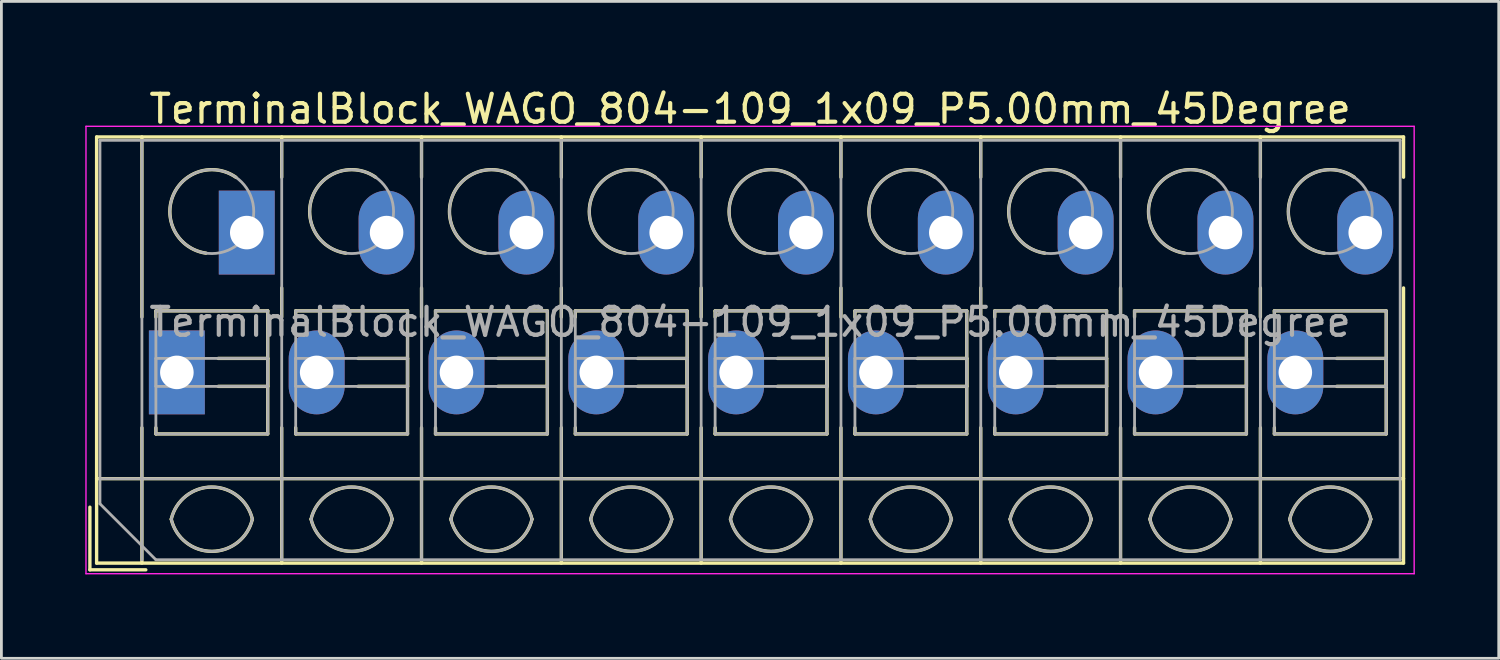
<source format=kicad_pcb>
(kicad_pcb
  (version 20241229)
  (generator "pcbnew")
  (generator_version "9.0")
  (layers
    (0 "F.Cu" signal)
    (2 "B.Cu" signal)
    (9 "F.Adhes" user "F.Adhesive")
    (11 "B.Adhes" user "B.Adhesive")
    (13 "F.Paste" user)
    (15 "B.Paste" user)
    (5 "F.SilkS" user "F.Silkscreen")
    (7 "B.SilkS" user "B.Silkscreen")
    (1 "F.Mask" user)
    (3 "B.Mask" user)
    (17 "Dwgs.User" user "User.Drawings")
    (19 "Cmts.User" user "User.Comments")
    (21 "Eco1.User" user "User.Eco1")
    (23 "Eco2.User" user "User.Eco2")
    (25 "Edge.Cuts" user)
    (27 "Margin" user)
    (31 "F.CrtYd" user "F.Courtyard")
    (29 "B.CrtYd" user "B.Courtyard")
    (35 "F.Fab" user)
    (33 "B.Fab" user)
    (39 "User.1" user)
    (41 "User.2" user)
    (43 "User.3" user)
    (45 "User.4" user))
  (footprint "TerminalBlock_WAGO_804-109_1x09_P5.00mm_45Degree"
    (layer "F.Cu")
    (at 3.275 10.268)
    (property "Reference" "TerminalBlock_WAGO_804-109_1x09_P5.00mm_45Degree" (at 20.5 -9.42 0) (layer "F.SilkS") (effects (font (size 1 1) (thickness 0.15))))
    (attr through_hole)
    (fp_line (start -3.11 4.82) (end -3.11 7.06) (stroke (width 0.12) (type solid)) (layer "F.SilkS"))
    (fp_line (start -3.11 7.06) (end -1.11 7.06) (stroke (width 0.12) (type solid)) (layer "F.SilkS"))
    (fp_line (start -2.87 -8.42) (end -2.87 6.82) (stroke (width 0.12) (type solid)) (layer "F.SilkS"))
    (fp_line (start -2.87 -8.42) (end 43.87 -8.42) (stroke (width 0.12) (type solid)) (layer "F.SilkS"))
    (fp_line (start -2.87 3.8) (end 43.87 3.8) (stroke (width 0.12) (type solid)) (layer "F.SilkS"))
    (fp_line (start -2.87 6.82) (end 43.87 6.82) (stroke (width 0.12) (type solid)) (layer "F.SilkS"))
    (fp_line (start -1.25 -8.42) (end -1.25 -1.98) (stroke (width 0.12) (type solid)) (layer "F.SilkS"))
    (fp_line (start -1.25 1.98) (end -1.25 6.82) (stroke (width 0.12) (type solid)) (layer "F.SilkS"))
    (fp_line (start -0.75 -2.2) (end -0.75 -1.98) (stroke (width 0.12) (type solid)) (layer "F.SilkS"))
    (fp_line (start -0.75 -2.2) (end 3.25 -2.2) (stroke (width 0.12) (type solid)) (layer "F.SilkS"))
    (fp_line (start -0.75 1.98) (end -0.75 2.2) (stroke (width 0.12) (type solid)) (layer "F.SilkS"))
    (fp_line (start -0.75 2.2) (end 3.25 2.2) (stroke (width 0.12) (type solid)) (layer "F.SilkS"))
    (fp_line (start 1.48 -0.5) (end 3.25 -0.5) (stroke (width 0.12) (type solid)) (layer "F.SilkS"))
    (fp_line (start 1.48 0.5) (end 3.25 0.5) (stroke (width 0.12) (type solid)) (layer "F.SilkS"))
    (fp_line (start 3.25 -2.2) (end 3.25 2.2) (stroke (width 0.12) (type solid)) (layer "F.SilkS"))
    (fp_line (start 3.25 -0.5) (end 3.25 0.5) (stroke (width 0.12) (type solid)) (layer "F.SilkS"))
    (fp_line (start 3.75 -8.42) (end 3.75 -6.98) (stroke (width 0.12) (type solid)) (layer "F.SilkS"))
    (fp_line (start 3.75 -3.02) (end 3.75 -1.98) (stroke (width 0.12) (type solid)) (layer "F.SilkS"))
    (fp_line (start 3.75 1.98) (end 3.75 6.82) (stroke (width 0.12) (type solid)) (layer "F.SilkS"))
    (fp_line (start 4.25 -2.2) (end 4.25 -1.98) (stroke (width 0.12) (type solid)) (layer "F.SilkS"))
    (fp_line (start 4.25 -2.2) (end 8.25 -2.2) (stroke (width 0.12) (type solid)) (layer "F.SilkS"))
    (fp_line (start 4.25 1.98) (end 4.25 2.2) (stroke (width 0.12) (type solid)) (layer "F.SilkS"))
    (fp_line (start 4.25 2.2) (end 8.25 2.2) (stroke (width 0.12) (type solid)) (layer "F.SilkS"))
    (fp_line (start 6.48 -0.5) (end 8.25 -0.5) (stroke (width 0.12) (type solid)) (layer "F.SilkS"))
    (fp_line (start 6.48 0.5) (end 8.25 0.5) (stroke (width 0.12) (type solid)) (layer "F.SilkS"))
    (fp_line (start 8.25 -2.2) (end 8.25 2.2) (stroke (width 0.12) (type solid)) (layer "F.SilkS"))
    (fp_line (start 8.25 -0.5) (end 8.25 0.5) (stroke (width 0.12) (type solid)) (layer "F.SilkS"))
    (fp_line (start 8.75 -8.42) (end 8.75 -6.98) (stroke (width 0.12) (type solid)) (layer "F.SilkS"))
    (fp_line (start 8.75 -3.02) (end 8.75 -1.98) (stroke (width 0.12) (type solid)) (layer "F.SilkS"))
    (fp_line (start 8.75 1.98) (end 8.75 6.82) (stroke (width 0.12) (type solid)) (layer "F.SilkS"))
    (fp_line (start 9.25 -2.2) (end 9.25 -1.98) (stroke (width 0.12) (type solid)) (layer "F.SilkS"))
    (fp_line (start 9.25 -2.2) (end 13.25 -2.2) (stroke (width 0.12) (type solid)) (layer "F.SilkS"))
    (fp_line (start 9.25 1.98) (end 9.25 2.2) (stroke (width 0.12) (type solid)) (layer "F.SilkS"))
    (fp_line (start 9.25 2.2) (end 13.25 2.2) (stroke (width 0.12) (type solid)) (layer "F.SilkS"))
    (fp_line (start 11.48 -0.5) (end 13.25 -0.5) (stroke (width 0.12) (type solid)) (layer "F.SilkS"))
    (fp_line (start 11.48 0.5) (end 13.25 0.5) (stroke (width 0.12) (type solid)) (layer "F.SilkS"))
    (fp_line (start 13.25 -2.2) (end 13.25 2.2) (stroke (width 0.12) (type solid)) (layer "F.SilkS"))
    (fp_line (start 13.25 -0.5) (end 13.25 0.5) (stroke (width 0.12) (type solid)) (layer "F.SilkS"))
    (fp_line (start 13.75 -8.42) (end 13.75 -6.98) (stroke (width 0.12) (type solid)) (layer "F.SilkS"))
    (fp_line (start 13.75 -3.02) (end 13.75 -1.98) (stroke (width 0.12) (type solid)) (layer "F.SilkS"))
    (fp_line (start 13.75 1.98) (end 13.75 6.82) (stroke (width 0.12) (type solid)) (layer "F.SilkS"))
    (fp_line (start 14.25 -2.2) (end 14.25 -1.98) (stroke (width 0.12) (type solid)) (layer "F.SilkS"))
    (fp_line (start 14.25 -2.2) (end 18.25 -2.2) (stroke (width 0.12) (type solid)) (layer "F.SilkS"))
    (fp_line (start 14.25 1.98) (end 14.25 2.2) (stroke (width 0.12) (type solid)) (layer "F.SilkS"))
    (fp_line (start 14.25 2.2) (end 18.25 2.2) (stroke (width 0.12) (type solid)) (layer "F.SilkS"))
    (fp_line (start 16.48 -0.5) (end 18.25 -0.5) (stroke (width 0.12) (type solid)) (layer "F.SilkS"))
    (fp_line (start 16.48 0.5) (end 18.25 0.5) (stroke (width 0.12) (type solid)) (layer "F.SilkS"))
    (fp_line (start 18.25 -2.2) (end 18.25 2.2) (stroke (width 0.12) (type solid)) (layer "F.SilkS"))
    (fp_line (start 18.25 -0.5) (end 18.25 0.5) (stroke (width 0.12) (type solid)) (layer "F.SilkS"))
    (fp_line (start 18.75 -8.42) (end 18.75 -6.98) (stroke (width 0.12) (type solid)) (layer "F.SilkS"))
    (fp_line (start 18.75 -3.02) (end 18.75 -1.98) (stroke (width 0.12) (type solid)) (layer "F.SilkS"))
    (fp_line (start 18.75 1.98) (end 18.75 6.82) (stroke (width 0.12) (type solid)) (layer "F.SilkS"))
    (fp_line (start 19.25 -2.2) (end 19.25 -1.98) (stroke (width 0.12) (type solid)) (layer "F.SilkS"))
    (fp_line (start 19.25 -2.2) (end 23.25 -2.2) (stroke (width 0.12) (type solid)) (layer "F.SilkS"))
    (fp_line (start 19.25 1.98) (end 19.25 2.2) (stroke (width 0.12) (type solid)) (layer "F.SilkS"))
    (fp_line (start 19.25 2.2) (end 23.25 2.2) (stroke (width 0.12) (type solid)) (layer "F.SilkS"))
    (fp_line (start 21.48 -0.5) (end 23.25 -0.5) (stroke (width 0.12) (type solid)) (layer "F.SilkS"))
    (fp_line (start 21.48 0.5) (end 23.25 0.5) (stroke (width 0.12) (type solid)) (layer "F.SilkS"))
    (fp_line (start 23.25 -2.2) (end 23.25 2.2) (stroke (width 0.12) (type solid)) (layer "F.SilkS"))
    (fp_line (start 23.25 -0.5) (end 23.25 0.5) (stroke (width 0.12) (type solid)) (layer "F.SilkS"))
    (fp_line (start 23.75 -8.42) (end 23.75 -6.98) (stroke (width 0.12) (type solid)) (layer "F.SilkS"))
    (fp_line (start 23.75 -3.02) (end 23.75 -1.98) (stroke (width 0.12) (type solid)) (layer "F.SilkS"))
    (fp_line (start 23.75 1.98) (end 23.75 6.82) (stroke (width 0.12) (type solid)) (layer "F.SilkS"))
    (fp_line (start 24.25 -2.2) (end 24.25 -1.98) (stroke (width 0.12) (type solid)) (layer "F.SilkS"))
    (fp_line (start 24.25 -2.2) (end 28.25 -2.2) (stroke (width 0.12) (type solid)) (layer "F.SilkS"))
    (fp_line (start 24.25 1.98) (end 24.25 2.2) (stroke (width 0.12) (type solid)) (layer "F.SilkS"))
    (fp_line (start 24.25 2.2) (end 28.25 2.2) (stroke (width 0.12) (type solid)) (layer "F.SilkS"))
    (fp_line (start 26.48 -0.5) (end 28.25 -0.5) (stroke (width 0.12) (type solid)) (layer "F.SilkS"))
    (fp_line (start 26.48 0.5) (end 28.25 0.5) (stroke (width 0.12) (type solid)) (layer "F.SilkS"))
    (fp_line (start 28.25 -2.2) (end 28.25 2.2) (stroke (width 0.12) (type solid)) (layer "F.SilkS"))
    (fp_line (start 28.25 -0.5) (end 28.25 0.5) (stroke (width 0.12) (type solid)) (layer "F.SilkS"))
    (fp_line (start 28.75 -8.42) (end 28.75 -6.98) (stroke (width 0.12) (type solid)) (layer "F.SilkS"))
    (fp_line (start 28.75 -3.02) (end 28.75 -1.98) (stroke (width 0.12) (type solid)) (layer "F.SilkS"))
    (fp_line (start 28.75 1.98) (end 28.75 6.82) (stroke (width 0.12) (type solid)) (layer "F.SilkS"))
    (fp_line (start 29.25 -2.2) (end 29.25 -1.98) (stroke (width 0.12) (type solid)) (layer "F.SilkS"))
    (fp_line (start 29.25 -2.2) (end 33.25 -2.2) (stroke (width 0.12) (type solid)) (layer "F.SilkS"))
    (fp_line (start 29.25 1.98) (end 29.25 2.2) (stroke (width 0.12) (type solid)) (layer "F.SilkS"))
    (fp_line (start 29.25 2.2) (end 33.25 2.2) (stroke (width 0.12) (type solid)) (layer "F.SilkS"))
    (fp_line (start 31.48 -0.5) (end 33.25 -0.5) (stroke (width 0.12) (type solid)) (layer "F.SilkS"))
    (fp_line (start 31.48 0.5) (end 33.25 0.5) (stroke (width 0.12) (type solid)) (layer "F.SilkS"))
    (fp_line (start 33.25 -2.2) (end 33.25 2.2) (stroke (width 0.12) (type solid)) (layer "F.SilkS"))
    (fp_line (start 33.25 -0.5) (end 33.25 0.5) (stroke (width 0.12) (type solid)) (layer "F.SilkS"))
    (fp_line (start 33.75 -8.42) (end 33.75 -6.98) (stroke (width 0.12) (type solid)) (layer "F.SilkS"))
    (fp_line (start 33.75 -3.02) (end 33.75 -1.98) (stroke (width 0.12) (type solid)) (layer "F.SilkS"))
    (fp_line (start 33.75 1.98) (end 33.75 6.82) (stroke (width 0.12) (type solid)) (layer "F.SilkS"))
    (fp_line (start 34.25 -2.2) (end 34.25 -1.98) (stroke (width 0.12) (type solid)) (layer "F.SilkS"))
    (fp_line (start 34.25 -2.2) (end 38.25 -2.2) (stroke (width 0.12) (type solid)) (layer "F.SilkS"))
    (fp_line (start 34.25 1.98) (end 34.25 2.2) (stroke (width 0.12) (type solid)) (layer "F.SilkS"))
    (fp_line (start 34.25 2.2) (end 38.25 2.2) (stroke (width 0.12) (type solid)) (layer "F.SilkS"))
    (fp_line (start 36.48 -0.5) (end 38.25 -0.5) (stroke (width 0.12) (type solid)) (layer "F.SilkS"))
    (fp_line (start 36.48 0.5) (end 38.25 0.5) (stroke (width 0.12) (type solid)) (layer "F.SilkS"))
    (fp_line (start 38.25 -2.2) (end 38.25 2.2) (stroke (width 0.12) (type solid)) (layer "F.SilkS"))
    (fp_line (start 38.25 -0.5) (end 38.25 0.5) (stroke (width 0.12) (type solid)) (layer "F.SilkS"))
    (fp_line (start 38.75 -8.42) (end 38.75 -6.98) (stroke (width 0.12) (type solid)) (layer "F.SilkS"))
    (fp_line (start 38.75 -3.02) (end 38.75 -1.98) (stroke (width 0.12) (type solid)) (layer "F.SilkS"))
    (fp_line (start 38.75 1.98) (end 38.75 6.82) (stroke (width 0.12) (type solid)) (layer "F.SilkS"))
    (fp_line (start 39.25 -2.2) (end 39.25 -1.98) (stroke (width 0.12) (type solid)) (layer "F.SilkS"))
    (fp_line (start 39.25 -2.2) (end 43.25 -2.2) (stroke (width 0.12) (type solid)) (layer "F.SilkS"))
    (fp_line (start 39.25 1.98) (end 39.25 2.2) (stroke (width 0.12) (type solid)) (layer "F.SilkS"))
    (fp_line (start 39.25 2.2) (end 43.25 2.2) (stroke (width 0.12) (type solid)) (layer "F.SilkS"))
    (fp_line (start 41.48 -0.5) (end 43.25 -0.5) (stroke (width 0.12) (type solid)) (layer "F.SilkS"))
    (fp_line (start 41.48 0.5) (end 43.25 0.5) (stroke (width 0.12) (type solid)) (layer "F.SilkS"))
    (fp_line (start 43.25 -2.2) (end 43.25 2.2) (stroke (width 0.12) (type solid)) (layer "F.SilkS"))
    (fp_line (start 43.25 -0.5) (end 43.25 0.5) (stroke (width 0.12) (type solid)) (layer "F.SilkS"))
    (fp_line (start 43.87 -8.42) (end 43.87 -6.98) (stroke (width 0.12) (type solid)) (layer "F.SilkS"))
    (fp_line (start 43.87 -3.02) (end 43.87 6.82) (stroke (width 0.12) (type solid)) (layer "F.SilkS"))
    (fp_arc (start -0.200865 5.250424) (mid 1.250296 4.099926) (end 2.701 5.251) (stroke (width 0.12) (type solid)) (layer "F.SilkS"))
    (fp_arc (start 1.040798 -4.264067) (mid -0.146039 -6.300306) (end 2.111 -6.979) (stroke (width 0.12) (type solid)) (layer "F.SilkS"))
    (fp_arc (start 2.7 5.25) (mid 1.250068 6.400101) (end -0.199969 5.250133) (stroke (width 0.12) (type solid)) (layer "F.SilkS"))
    (fp_arc (start 4.799135 5.250424) (mid 6.250296 4.099926) (end 7.701 5.251) (stroke (width 0.12) (type solid)) (layer "F.SilkS"))
    (fp_arc (start 6.040798 -4.264067) (mid 4.853961 -6.300306) (end 7.111 -6.979) (stroke (width 0.12) (type solid)) (layer "F.SilkS"))
    (fp_arc (start 7.7 5.25) (mid 6.250068 6.400101) (end 4.800031 5.250133) (stroke (width 0.12) (type solid)) (layer "F.SilkS"))
    (fp_arc (start 9.799135 5.250424) (mid 11.250296 4.099926) (end 12.701 5.251) (stroke (width 0.12) (type solid)) (layer "F.SilkS"))
    (fp_arc (start 11.040798 -4.264067) (mid 9.853961 -6.300306) (end 12.111 -6.979) (stroke (width 0.12) (type solid)) (layer "F.SilkS"))
    (fp_arc (start 12.7 5.25) (mid 11.250068 6.400101) (end 9.800031 5.250133) (stroke (width 0.12) (type solid)) (layer "F.SilkS"))
    (fp_arc (start 14.799135 5.250424) (mid 16.250296 4.099926) (end 17.701 5.251) (stroke (width 0.12) (type solid)) (layer "F.SilkS"))
    (fp_arc (start 16.040798 -4.264067) (mid 14.853961 -6.300306) (end 17.111 -6.979) (stroke (width 0.12) (type solid)) (layer "F.SilkS"))
    (fp_arc (start 17.7 5.25) (mid 16.250068 6.400101) (end 14.800031 5.250133) (stroke (width 0.12) (type solid)) (layer "F.SilkS"))
    (fp_arc (start 19.799135 5.250424) (mid 21.250296 4.099926) (end 22.701 5.251) (stroke (width 0.12) (type solid)) (layer "F.SilkS"))
    (fp_arc (start 21.040798 -4.264067) (mid 19.853961 -6.300306) (end 22.111 -6.979) (stroke (width 0.12) (type solid)) (layer "F.SilkS"))
    (fp_arc (start 22.7 5.25) (mid 21.250068 6.400101) (end 19.800031 5.250133) (stroke (width 0.12) (type solid)) (layer "F.SilkS"))
    (fp_arc (start 24.799135 5.250424) (mid 26.250296 4.099926) (end 27.701 5.251) (stroke (width 0.12) (type solid)) (layer "F.SilkS"))
    (fp_arc (start 26.040798 -4.264067) (mid 24.853961 -6.300306) (end 27.111 -6.979) (stroke (width 0.12) (type solid)) (layer "F.SilkS"))
    (fp_arc (start 27.7 5.25) (mid 26.250068 6.400101) (end 24.800031 5.250133) (stroke (width 0.12) (type solid)) (layer "F.SilkS"))
    (fp_arc (start 29.799135 5.250424) (mid 31.250296 4.099926) (end 32.701 5.251) (stroke (width 0.12) (type solid)) (layer "F.SilkS"))
    (fp_arc (start 31.040798 -4.264067) (mid 29.853961 -6.300306) (end 32.111 -6.979) (stroke (width 0.12) (type solid)) (layer "F.SilkS"))
    (fp_arc (start 32.701 5.25) (mid 31.250296 6.401074) (end 29.799135 5.250576) (stroke (width 0.12) (type solid)) (layer "F.SilkS"))
    (fp_arc (start 34.799135 5.250424) (mid 36.250296 4.099926) (end 37.701 5.251) (stroke (width 0.12) (type solid)) (layer "F.SilkS"))
    (fp_arc (start 36.040798 -4.264067) (mid 34.853961 -6.300306) (end 37.111 -6.979) (stroke (width 0.12) (type solid)) (layer "F.SilkS"))
    (fp_arc (start 37.7 5.25) (mid 36.250068 6.400101) (end 34.800031 5.250133) (stroke (width 0.12) (type solid)) (layer "F.SilkS"))
    (fp_arc (start 39.799135 5.250424) (mid 41.250296 4.099926) (end 42.701 5.251) (stroke (width 0.12) (type solid)) (layer "F.SilkS"))
    (fp_arc (start 41.040798 -4.264067) (mid 39.853961 -6.300306) (end 42.111 -6.979) (stroke (width 0.12) (type solid)) (layer "F.SilkS"))
    (fp_arc (start 42.7 5.25) (mid 41.250068 6.400101) (end 39.800031 5.250133) (stroke (width 0.12) (type solid)) (layer "F.SilkS"))
    (fp_line (start -3.25 -8.8) (end -3.25 7.2) (stroke (width 0.05) (type solid)) (layer "F.CrtYd"))
    (fp_line (start -3.25 7.2) (end 44.25 7.2) (stroke (width 0.05) (type solid)) (layer "F.CrtYd"))
    (fp_line (start 44.25 -8.8) (end -3.25 -8.8) (stroke (width 0.05) (type solid)) (layer "F.CrtYd"))
    (fp_line (start 44.25 7.2) (end 44.25 -8.8) (stroke (width 0.05) (type solid)) (layer "F.CrtYd"))
    (fp_line (start -2.75 -8.3) (end 43.75 -8.3) (stroke (width 0.1) (type solid)) (layer "F.Fab"))
    (fp_line (start -2.75 3.8) (end 43.75 3.8) (stroke (width 0.1) (type solid)) (layer "F.Fab"))
    (fp_line (start -2.75 4.7) (end -2.75 -8.3) (stroke (width 0.1) (type solid)) (layer "F.Fab"))
    (fp_line (start -1.25 -8.3) (end -1.25 6.7) (stroke (width 0.1) (type solid)) (layer "F.Fab"))
    (fp_line (start -0.75 -2.2) (end -0.75 2.2) (stroke (width 0.1) (type solid)) (layer "F.Fab"))
    (fp_line (start -0.75 -0.5) (end -0.75 0.5) (stroke (width 0.1) (type solid)) (layer "F.Fab"))
    (fp_line (start -0.75 0.5) (end 3.25 0.5) (stroke (width 0.1) (type solid)) (layer "F.Fab"))
    (fp_line (start -0.75 2.2) (end 3.25 2.2) (stroke (width 0.1) (type solid)) (layer "F.Fab"))
    (fp_line (start -0.75 6.7) (end -2.75 4.7) (stroke (width 0.1) (type solid)) (layer "F.Fab"))
    (fp_line (start 3.25 -2.2) (end -0.75 -2.2) (stroke (width 0.1) (type solid)) (layer "F.Fab"))
    (fp_line (start 3.25 -0.5) (end -0.75 -0.5) (stroke (width 0.1) (type solid)) (layer "F.Fab"))
    (fp_line (start 3.25 0.5) (end 3.25 -0.5) (stroke (width 0.1) (type solid)) (layer "F.Fab"))
    (fp_line (start 3.25 2.2) (end 3.25 -2.2) (stroke (width 0.1) (type solid)) (layer "F.Fab"))
    (fp_line (start 3.75 -8.3) (end 3.75 6.7) (stroke (width 0.1) (type solid)) (layer "F.Fab"))
    (fp_line (start 4.25 -2.2) (end 4.25 2.2) (stroke (width 0.1) (type solid)) (layer "F.Fab"))
    (fp_line (start 4.25 -0.5) (end 4.25 0.5) (stroke (width 0.1) (type solid)) (layer "F.Fab"))
    (fp_line (start 4.25 0.5) (end 8.25 0.5) (stroke (width 0.1) (type solid)) (layer "F.Fab"))
    (fp_line (start 4.25 2.2) (end 8.25 2.2) (stroke (width 0.1) (type solid)) (layer "F.Fab"))
    (fp_line (start 8.25 -2.2) (end 4.25 -2.2) (stroke (width 0.1) (type solid)) (layer "F.Fab"))
    (fp_line (start 8.25 -0.5) (end 4.25 -0.5) (stroke (width 0.1) (type solid)) (layer "F.Fab"))
    (fp_line (start 8.25 0.5) (end 8.25 -0.5) (stroke (width 0.1) (type solid)) (layer "F.Fab"))
    (fp_line (start 8.25 2.2) (end 8.25 -2.2) (stroke (width 0.1) (type solid)) (layer "F.Fab"))
    (fp_line (start 8.75 -8.3) (end 8.75 6.7) (stroke (width 0.1) (type solid)) (layer "F.Fab"))
    (fp_line (start 9.25 -2.2) (end 9.25 2.2) (stroke (width 0.1) (type solid)) (layer "F.Fab"))
    (fp_line (start 9.25 -0.5) (end 9.25 0.5) (stroke (width 0.1) (type solid)) (layer "F.Fab"))
    (fp_line (start 9.25 0.5) (end 13.25 0.5) (stroke (width 0.1) (type solid)) (layer "F.Fab"))
    (fp_line (start 9.25 2.2) (end 13.25 2.2) (stroke (width 0.1) (type solid)) (layer "F.Fab"))
    (fp_line (start 13.25 -2.2) (end 9.25 -2.2) (stroke (width 0.1) (type solid)) (layer "F.Fab"))
    (fp_line (start 13.25 -0.5) (end 9.25 -0.5) (stroke (width 0.1) (type solid)) (layer "F.Fab"))
    (fp_line (start 13.25 0.5) (end 13.25 -0.5) (stroke (width 0.1) (type solid)) (layer "F.Fab"))
    (fp_line (start 13.25 2.2) (end 13.25 -2.2) (stroke (width 0.1) (type solid)) (layer "F.Fab"))
    (fp_line (start 13.75 -8.3) (end 13.75 6.7) (stroke (width 0.1) (type solid)) (layer "F.Fab"))
    (fp_line (start 14.25 -2.2) (end 14.25 2.2) (stroke (width 0.1) (type solid)) (layer "F.Fab"))
    (fp_line (start 14.25 -0.5) (end 14.25 0.5) (stroke (width 0.1) (type solid)) (layer "F.Fab"))
    (fp_line (start 14.25 0.5) (end 18.25 0.5) (stroke (width 0.1) (type solid)) (layer "F.Fab"))
    (fp_line (start 14.25 2.2) (end 18.25 2.2) (stroke (width 0.1) (type solid)) (layer "F.Fab"))
    (fp_line (start 18.25 -2.2) (end 14.25 -2.2) (stroke (width 0.1) (type solid)) (layer "F.Fab"))
    (fp_line (start 18.25 -0.5) (end 14.25 -0.5) (stroke (width 0.1) (type solid)) (layer "F.Fab"))
    (fp_line (start 18.25 0.5) (end 18.25 -0.5) (stroke (width 0.1) (type solid)) (layer "F.Fab"))
    (fp_line (start 18.25 2.2) (end 18.25 -2.2) (stroke (width 0.1) (type solid)) (layer "F.Fab"))
    (fp_line (start 18.75 -8.3) (end 18.75 6.7) (stroke (width 0.1) (type solid)) (layer "F.Fab"))
    (fp_line (start 19.25 -2.2) (end 19.25 2.2) (stroke (width 0.1) (type solid)) (layer "F.Fab"))
    (fp_line (start 19.25 -0.5) (end 19.25 0.5) (stroke (width 0.1) (type solid)) (layer "F.Fab"))
    (fp_line (start 19.25 0.5) (end 23.25 0.5) (stroke (width 0.1) (type solid)) (layer "F.Fab"))
    (fp_line (start 19.25 2.2) (end 23.25 2.2) (stroke (width 0.1) (type solid)) (layer "F.Fab"))
    (fp_line (start 23.25 -2.2) (end 19.25 -2.2) (stroke (width 0.1) (type solid)) (layer "F.Fab"))
    (fp_line (start 23.25 -0.5) (end 19.25 -0.5) (stroke (width 0.1) (type solid)) (layer "F.Fab"))
    (fp_line (start 23.25 0.5) (end 23.25 -0.5) (stroke (width 0.1) (type solid)) (layer "F.Fab"))
    (fp_line (start 23.25 2.2) (end 23.25 -2.2) (stroke (width 0.1) (type solid)) (layer "F.Fab"))
    (fp_line (start 23.75 -8.3) (end 23.75 6.7) (stroke (width 0.1) (type solid)) (layer "F.Fab"))
    (fp_line (start 24.25 -2.2) (end 24.25 2.2) (stroke (width 0.1) (type solid)) (layer "F.Fab"))
    (fp_line (start 24.25 -0.5) (end 24.25 0.5) (stroke (width 0.1) (type solid)) (layer "F.Fab"))
    (fp_line (start 24.25 0.5) (end 28.25 0.5) (stroke (width 0.1) (type solid)) (layer "F.Fab"))
    (fp_line (start 24.25 2.2) (end 28.25 2.2) (stroke (width 0.1) (type solid)) (layer "F.Fab"))
    (fp_line (start 28.25 -2.2) (end 24.25 -2.2) (stroke (width 0.1) (type solid)) (layer "F.Fab"))
    (fp_line (start 28.25 -0.5) (end 24.25 -0.5) (stroke (width 0.1) (type solid)) (layer "F.Fab"))
    (fp_line (start 28.25 0.5) (end 28.25 -0.5) (stroke (width 0.1) (type solid)) (layer "F.Fab"))
    (fp_line (start 28.25 2.2) (end 28.25 -2.2) (stroke (width 0.1) (type solid)) (layer "F.Fab"))
    (fp_line (start 28.75 -8.3) (end 28.75 6.7) (stroke (width 0.1) (type solid)) (layer "F.Fab"))
    (fp_line (start 29.25 -2.2) (end 29.25 2.2) (stroke (width 0.1) (type solid)) (layer "F.Fab"))
    (fp_line (start 29.25 -0.5) (end 29.25 0.5) (stroke (width 0.1) (type solid)) (layer "F.Fab"))
    (fp_line (start 29.25 0.5) (end 33.25 0.5) (stroke (width 0.1) (type solid)) (layer "F.Fab"))
    (fp_line (start 29.25 2.2) (end 33.25 2.2) (stroke (width 0.1) (type solid)) (layer "F.Fab"))
    (fp_line (start 33.25 -2.2) (end 29.25 -2.2) (stroke (width 0.1) (type solid)) (layer "F.Fab"))
    (fp_line (start 33.25 -0.5) (end 29.25 -0.5) (stroke (width 0.1) (type solid)) (layer "F.Fab"))
    (fp_line (start 33.25 0.5) (end 33.25 -0.5) (stroke (width 0.1) (type solid)) (layer "F.Fab"))
    (fp_line (start 33.25 2.2) (end 33.25 -2.2) (stroke (width 0.1) (type solid)) (layer "F.Fab"))
    (fp_line (start 33.75 -8.3) (end 33.75 6.7) (stroke (width 0.1) (type solid)) (layer "F.Fab"))
    (fp_line (start 34.25 -2.2) (end 34.25 2.2) (stroke (width 0.1) (type solid)) (layer "F.Fab"))
    (fp_line (start 34.25 -0.5) (end 34.25 0.5) (stroke (width 0.1) (type solid)) (layer "F.Fab"))
    (fp_line (start 34.25 0.5) (end 38.25 0.5) (stroke (width 0.1) (type solid)) (layer "F.Fab"))
    (fp_line (start 34.25 2.2) (end 38.25 2.2) (stroke (width 0.1) (type solid)) (layer "F.Fab"))
    (fp_line (start 38.25 -2.2) (end 34.25 -2.2) (stroke (width 0.1) (type solid)) (layer "F.Fab"))
    (fp_line (start 38.25 -0.5) (end 34.25 -0.5) (stroke (width 0.1) (type solid)) (layer "F.Fab"))
    (fp_line (start 38.25 0.5) (end 38.25 -0.5) (stroke (width 0.1) (type solid)) (layer "F.Fab"))
    (fp_line (start 38.25 2.2) (end 38.25 -2.2) (stroke (width 0.1) (type solid)) (layer "F.Fab"))
    (fp_line (start 38.75 -8.3) (end 38.75 6.7) (stroke (width 0.1) (type solid)) (layer "F.Fab"))
    (fp_line (start 39.25 -2.2) (end 39.25 2.2) (stroke (width 0.1) (type solid)) (layer "F.Fab"))
    (fp_line (start 39.25 -0.5) (end 39.25 0.5) (stroke (width 0.1) (type solid)) (layer "F.Fab"))
    (fp_line (start 39.25 0.5) (end 43.25 0.5) (stroke (width 0.1) (type solid)) (layer "F.Fab"))
    (fp_line (start 39.25 2.2) (end 43.25 2.2) (stroke (width 0.1) (type solid)) (layer "F.Fab"))
    (fp_line (start 43.25 -2.2) (end 39.25 -2.2) (stroke (width 0.1) (type solid)) (layer "F.Fab"))
    (fp_line (start 43.25 -0.5) (end 39.25 -0.5) (stroke (width 0.1) (type solid)) (layer "F.Fab"))
    (fp_line (start 43.25 0.5) (end 43.25 -0.5) (stroke (width 0.1) (type solid)) (layer "F.Fab"))
    (fp_line (start 43.25 2.2) (end 43.25 -2.2) (stroke (width 0.1) (type solid)) (layer "F.Fab"))
    (fp_line (start 43.75 -8.3) (end 43.75 6.7) (stroke (width 0.1) (type solid)) (layer "F.Fab"))
    (fp_line (start 43.75 6.7) (end -0.75 6.7) (stroke (width 0.1) (type solid)) (layer "F.Fab"))
    (fp_arc (start -0.200865 5.250424) (mid 1.250296 4.099926) (end 2.701 5.251) (stroke (width 0.1) (type solid)) (layer "F.Fab"))
    (fp_arc (start 2.7 5.25) (mid 1.250068 6.400101) (end -0.199969 5.250133) (stroke (width 0.1) (type solid)) (layer "F.Fab"))
    (fp_arc (start 4.799135 5.250424) (mid 6.250296 4.099926) (end 7.701 5.251) (stroke (width 0.1) (type solid)) (layer "F.Fab"))
    (fp_arc (start 7.7 5.25) (mid 6.250068 6.400101) (end 4.800031 5.250133) (stroke (width 0.1) (type solid)) (layer "F.Fab"))
    (fp_arc (start 9.799135 5.250424) (mid 11.250296 4.099926) (end 12.701 5.251) (stroke (width 0.1) (type solid)) (layer "F.Fab"))
    (fp_arc (start 12.7 5.25) (mid 11.250068 6.400101) (end 9.800031 5.250133) (stroke (width 0.1) (type solid)) (layer "F.Fab"))
    (fp_arc (start 14.799135 5.250424) (mid 16.250296 4.099926) (end 17.701 5.251) (stroke (width 0.1) (type solid)) (layer "F.Fab"))
    (fp_arc (start 17.7 5.25) (mid 16.250068 6.400101) (end 14.800031 5.250133) (stroke (width 0.1) (type solid)) (layer "F.Fab"))
    (fp_arc (start 19.799135 5.250424) (mid 21.250296 4.099926) (end 22.701 5.251) (stroke (width 0.1) (type solid)) (layer "F.Fab"))
    (fp_arc (start 22.7 5.25) (mid 21.250068 6.400101) (end 19.800031 5.250133) (stroke (width 0.1) (type solid)) (layer "F.Fab"))
    (fp_arc (start 24.799135 5.250424) (mid 26.250296 4.099926) (end 27.701 5.251) (stroke (width 0.1) (type solid)) (layer "F.Fab"))
    (fp_arc (start 27.7 5.25) (mid 26.250068 6.400101) (end 24.800031 5.250133) (stroke (width 0.1) (type solid)) (layer "F.Fab"))
    (fp_arc (start 29.799135 5.250424) (mid 31.250296 4.099926) (end 32.701 5.251) (stroke (width 0.1) (type solid)) (layer "F.Fab"))
    (fp_arc (start 32.701 5.25) (mid 31.250296 6.401074) (end 29.799135 5.250576) (stroke (width 0.1) (type solid)) (layer "F.Fab"))
    (fp_arc (start 34.799135 5.250424) (mid 36.250296 4.099926) (end 37.701 5.251) (stroke (width 0.1) (type solid)) (layer "F.Fab"))
    (fp_arc (start 37.7 5.25) (mid 36.250068 6.400101) (end 34.800031 5.250133) (stroke (width 0.1) (type solid)) (layer "F.Fab"))
    (fp_arc (start 39.799135 5.250424) (mid 41.250296 4.099926) (end 42.701 5.251) (stroke (width 0.1) (type solid)) (layer "F.Fab"))
    (fp_arc (start 42.7 5.25) (mid 41.250068 6.400101) (end 39.800031 5.250133) (stroke (width 0.1) (type solid)) (layer "F.Fab"))
    (fp_circle (center 1.25 -5.75) (end 2.75 -5.75) (stroke (width 0.1) (type solid)) (fill no) (layer "F.Fab"))
    (fp_circle (center 6.25 -5.75) (end 7.75 -5.75) (stroke (width 0.1) (type solid)) (fill no) (layer "F.Fab"))
    (fp_circle (center 11.25 -5.75) (end 12.75 -5.75) (stroke (width 0.1) (type solid)) (fill no) (layer "F.Fab"))
    (fp_circle (center 16.25 -5.75) (end 17.75 -5.75) (stroke (width 0.1) (type solid)) (fill no) (layer "F.Fab"))
    (fp_circle (center 21.25 -5.75) (end 22.75 -5.75) (stroke (width 0.1) (type solid)) (fill no) (layer "F.Fab"))
    (fp_circle (center 26.25 -5.75) (end 27.75 -5.75) (stroke (width 0.1) (type solid)) (fill no) (layer "F.Fab"))
    (fp_circle (center 31.25 -5.75) (end 32.75 -5.75) (stroke (width 0.1) (type solid)) (fill no) (layer "F.Fab"))
    (fp_circle (center 36.25 -5.75) (end 37.75 -5.75) (stroke (width 0.1) (type solid)) (fill no) (layer "F.Fab"))
    (fp_circle (center 41.25 -5.75) (end 42.75 -5.75) (stroke (width 0.1) (type solid)) (fill no) (layer "F.Fab"))
    (fp_text user "${REFERENCE}" (at 20.5 -1.8 0) (layer "F.Fab") (effects (font (size 1 1) (thickness 0.15))))
    (pad "1" thru_hole rect (at 0 0) (size 2 3) (drill 1.2) (layers "*.Cu" "*.Mask"))
    (pad "1" thru_hole rect (at 2.5 -5) (size 2 3) (drill 1.2) (layers "*.Cu" "*.Mask"))
    (pad "2" thru_hole oval (at 5 0) (size 2 3) (drill 1.2) (layers "*.Cu" "*.Mask"))
    (pad "2" thru_hole oval (at 7.5 -5) (size 2 3) (drill 1.2) (layers "*.Cu" "*.Mask"))
    (pad "3" thru_hole oval (at 10 0) (size 2 3) (drill 1.2) (layers "*.Cu" "*.Mask"))
    (pad "3" thru_hole oval (at 12.5 -5) (size 2 3) (drill 1.2) (layers "*.Cu" "*.Mask"))
    (pad "4" thru_hole oval (at 15 0) (size 2 3) (drill 1.2) (layers "*.Cu" "*.Mask"))
    (pad "4" thru_hole oval (at 17.5 -5) (size 2 3) (drill 1.2) (layers "*.Cu" "*.Mask"))
    (pad "5" thru_hole oval (at 20 0) (size 2 3) (drill 1.2) (layers "*.Cu" "*.Mask"))
    (pad "5" thru_hole oval (at 22.5 -5) (size 2 3) (drill 1.2) (layers "*.Cu" "*.Mask"))
    (pad "6" thru_hole oval (at 25 0) (size 2 3) (drill 1.2) (layers "*.Cu" "*.Mask"))
    (pad "6" thru_hole oval (at 27.5 -5) (size 2 3) (drill 1.2) (layers "*.Cu" "*.Mask"))
    (pad "7" thru_hole oval (at 30 0) (size 2 3) (drill 1.2) (layers "*.Cu" "*.Mask"))
    (pad "7" thru_hole oval (at 32.5 -5) (size 2 3) (drill 1.2) (layers "*.Cu" "*.Mask"))
    (pad "8" thru_hole oval (at 35 0) (size 2 3) (drill 1.2) (layers "*.Cu" "*.Mask"))
    (pad "8" thru_hole oval (at 37.5 -5) (size 2 3) (drill 1.2) (layers "*.Cu" "*.Mask"))
    (pad "9" thru_hole oval (at 40 0) (size 2 3) (drill 1.2) (layers "*.Cu" "*.Mask"))
    (pad "9" thru_hole oval (at 42.5 -5) (size 2 3) (drill 1.2) (layers "*.Cu" "*.Mask")))
  (gr_rect
    (start -3 -3)
    (end 50.55 20.493)
    (stroke (width 0.1) (type default))
    (fill no)
    (layer "Edge.Cuts")))
</source>
